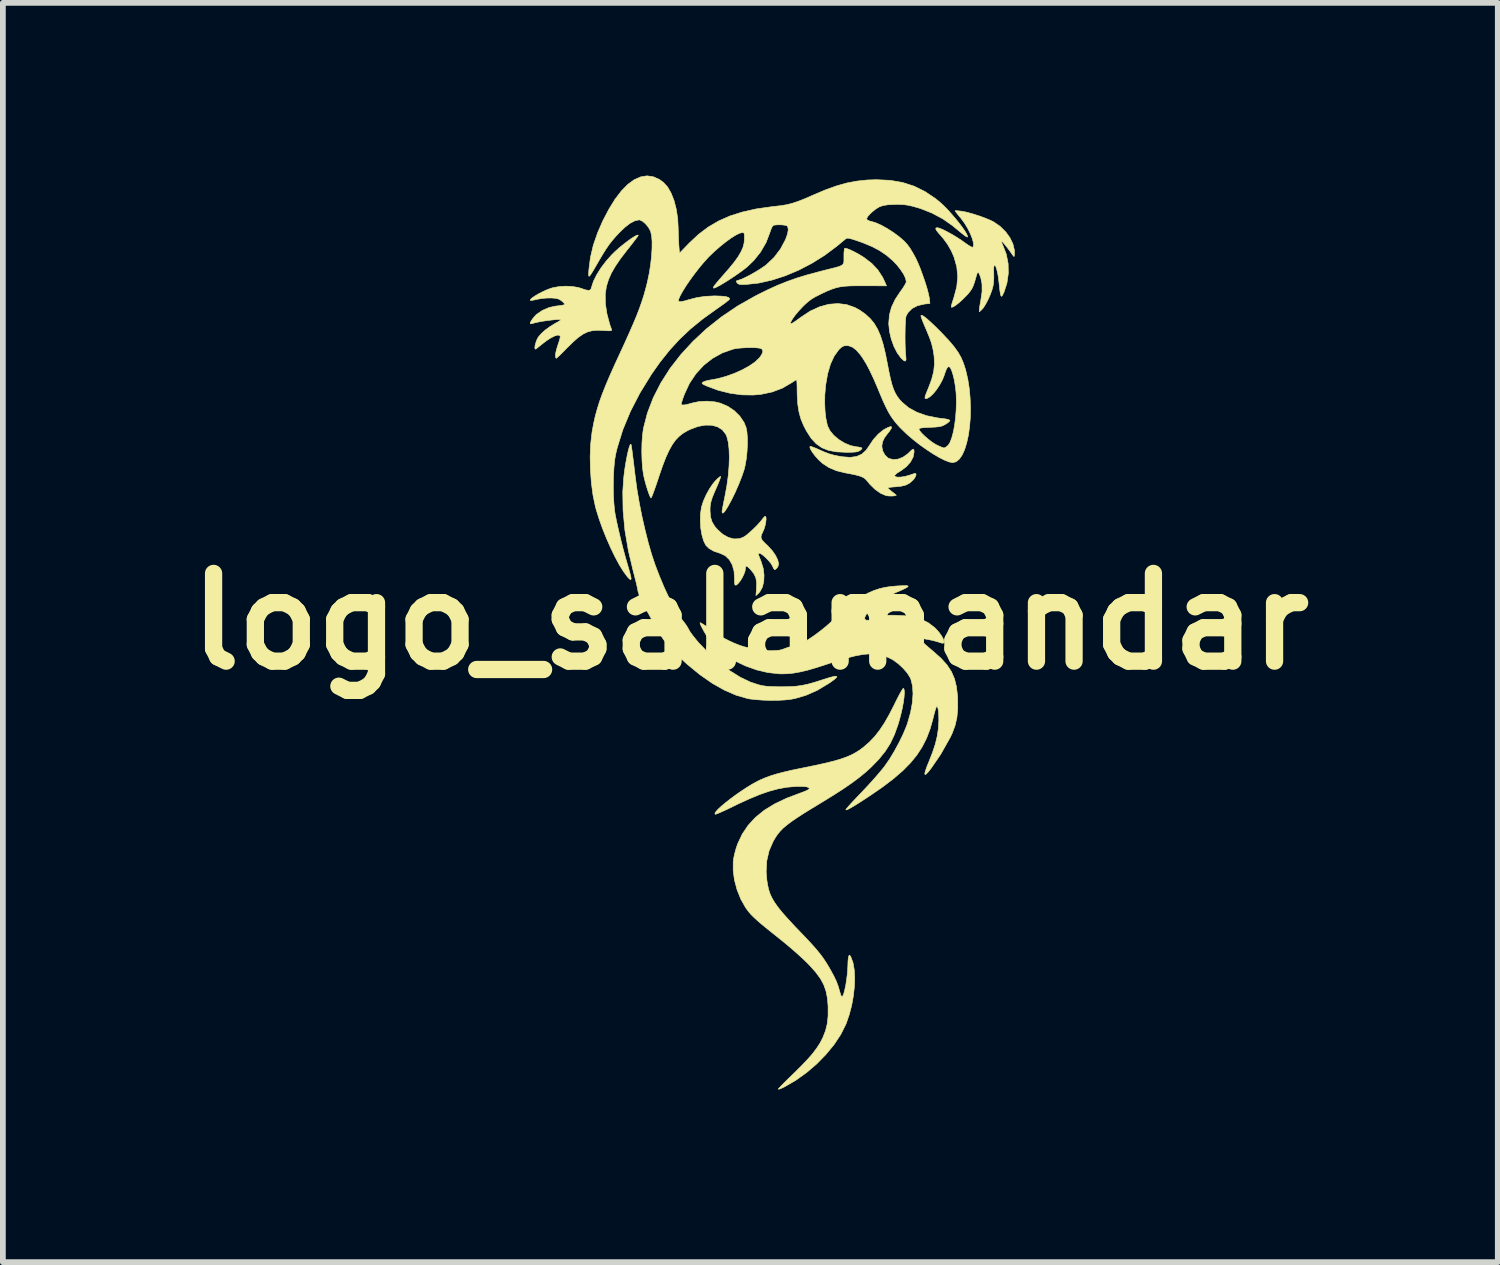
<source format=kicad_pcb>
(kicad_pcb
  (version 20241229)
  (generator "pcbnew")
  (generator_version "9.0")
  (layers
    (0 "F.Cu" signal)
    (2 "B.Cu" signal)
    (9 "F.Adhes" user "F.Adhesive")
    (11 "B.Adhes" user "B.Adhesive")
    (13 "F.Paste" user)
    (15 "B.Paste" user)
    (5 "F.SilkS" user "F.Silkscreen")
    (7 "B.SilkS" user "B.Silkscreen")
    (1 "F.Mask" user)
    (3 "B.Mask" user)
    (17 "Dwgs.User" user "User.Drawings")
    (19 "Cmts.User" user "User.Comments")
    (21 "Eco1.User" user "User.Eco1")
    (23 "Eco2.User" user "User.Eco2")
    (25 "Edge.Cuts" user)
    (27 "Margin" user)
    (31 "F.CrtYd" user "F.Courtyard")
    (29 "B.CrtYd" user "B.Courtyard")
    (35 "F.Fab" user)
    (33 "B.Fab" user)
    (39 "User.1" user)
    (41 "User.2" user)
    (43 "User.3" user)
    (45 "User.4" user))
  (footprint "logo_salamandar"
    (layer "F.Cu")
    (at 9.986 7.747)
    (property "Reference" "logo_salamandar" (at 0 0 0) (layer "F.SilkS") (effects (font (size 1.524 1.524) (thickness 0.3))))
    (attr through_hole)
    (fp_poly (pts (xy 2.455 -3.378) (xy 2.446 -3.348) (xy 2.411 -3.296) (xy 2.388 -3.269) (xy 2.333 -3.196) (xy 2.301 -3.132) (xy 2.287 -3.067) (xy 2.286 -3.032) (xy 2.3 -2.963) (xy 2.336 -2.895) (xy 2.387 -2.844) (xy 2.405 -2.833) (xy 2.48 -2.813) (xy 2.565 -2.82) (xy 2.651 -2.853) (xy 2.732 -2.91) (xy 2.759 -2.936) (xy 2.802 -2.978) (xy 2.828 -2.994) (xy 2.841 -2.984) (xy 2.845 -2.948) (xy 2.845 -2.946) (xy 2.829 -2.858) (xy 2.783 -2.771) (xy 2.711 -2.69) (xy 2.617 -2.619) (xy 2.599 -2.609) (xy 2.55 -2.578) (xy 2.517 -2.549) (xy 2.506 -2.531) (xy 2.521 -2.514) (xy 2.561 -2.507) (xy 2.619 -2.509) (xy 2.686 -2.519) (xy 2.756 -2.539) (xy 2.76 -2.54) (xy 2.813 -2.558) (xy 2.852 -2.57) (xy 2.866 -2.573) (xy 2.879 -2.562) (xy 2.875 -2.533) (xy 2.856 -2.494) (xy 2.83 -2.461) (xy 2.771 -2.407) (xy 2.705 -2.371) (xy 2.622 -2.35) (xy 2.527 -2.34) (xy 2.463 -2.335) (xy 2.415 -2.329) (xy 2.389 -2.323) (xy 2.388 -2.321) (xy 2.4 -2.305) (xy 2.432 -2.277) (xy 2.464 -2.252) (xy 2.504 -2.221) (xy 2.53 -2.199) (xy 2.536 -2.192) (xy 2.507 -2.183) (xy 2.46 -2.179) (xy 2.406 -2.18) (xy 2.361 -2.186) (xy 2.356 -2.187) (xy 2.262 -2.228) (xy 2.166 -2.296) (xy 2.075 -2.385) (xy 2.036 -2.433) (xy 2.008 -2.466) (xy 1.977 -2.492) (xy 1.937 -2.513) (xy 1.884 -2.532) (xy 1.811 -2.55) (xy 1.713 -2.57) (xy 1.651 -2.581) (xy 1.496 -2.619) (xy 1.367 -2.673) (xy 1.256 -2.745) (xy 1.188 -2.807) (xy 1.131 -2.87) (xy 1.085 -2.93) (xy 1.051 -2.983) (xy 1.035 -3.022) (xy 1.037 -3.041) (xy 1.056 -3.039) (xy 1.098 -3.025) (xy 1.157 -3.001) (xy 1.197 -2.983) (xy 1.293 -2.941) (xy 1.374 -2.911) (xy 1.452 -2.889) (xy 1.541 -2.871) (xy 1.604 -2.861) (xy 1.735 -2.851) (xy 1.845 -2.866) (xy 1.937 -2.907) (xy 2.012 -2.975) (xy 2.061 -3.046) (xy 2.137 -3.16) (xy 2.223 -3.256) (xy 2.311 -3.327) (xy 2.327 -3.337) (xy 2.395 -3.372) (xy 2.438 -3.386) (xy 2.455 -3.378)) (stroke (width 0.01) (type solid)) (fill yes) (layer "F.SilkS"))
    (fp_poly (pts (xy -2.074 -3.079) (xy -2.07 -3.064) (xy -2.063 -3.022) (xy -2.053 -2.954) (xy -2.041 -2.857) (xy -2.025 -2.73) (xy -2.006 -2.571) (xy -1.996 -2.489) (xy -1.967 -2.278) (xy -1.928 -2.052) (xy -1.882 -1.82) (xy -1.829 -1.589) (xy -1.773 -1.367) (xy -1.714 -1.162) (xy -1.654 -0.983) (xy -1.652 -0.977) (xy -1.578 -0.785) (xy -1.501 -0.601) (xy -1.423 -0.432) (xy -1.345 -0.28) (xy -1.27 -0.151) (xy -1.2 -0.048) (xy -1.169 -0.009) (xy -1.125 0.048) (xy -1.086 0.109) (xy -1.07 0.14) (xy -1.046 0.181) (xy -1.005 0.238) (xy -0.952 0.305) (xy -0.895 0.373) (xy -0.718 0.557) (xy -0.537 0.719) (xy -0.355 0.857) (xy -0.175 0.969) (xy 0.00022 1.053) (xy 0.146 1.101) (xy 0.212 1.116) (xy 0.281 1.126) (xy 0.363 1.131) (xy 0.465 1.134) (xy 0.537 1.135) (xy 0.673 1.133) (xy 0.788 1.126) (xy 0.893 1.112) (xy 0.998 1.09) (xy 1.113 1.058) (xy 1.244 1.016) (xy 1.355 0.981) (xy 1.435 0.959) (xy 1.484 0.951) (xy 1.503 0.957) (xy 1.493 0.977) (xy 1.453 1.012) (xy 1.384 1.062) (xy 1.358 1.079) (xy 1.163 1.196) (xy 0.971 1.281) (xy 0.779 1.338) (xy 0.694 1.354) (xy 0.597 1.364) (xy 0.478 1.37) (xy 0.348 1.371) (xy 0.217 1.367) (xy 0.094 1.358) (xy -0.011 1.346) (xy -0.051 1.338) (xy -0.248 1.281) (xy -0.453 1.192) (xy -0.663 1.073) (xy -0.877 0.924) (xy -1.093 0.747) (xy -1.208 0.643) (xy -1.37 0.479) (xy -1.503 0.321) (xy -1.608 0.168) (xy -1.672 0.051) (xy -1.709 -0.024) (xy -1.746 -0.093) (xy -1.776 -0.148) (xy -1.789 -0.169) (xy -1.82 -0.226) (xy -1.849 -0.289) (xy -1.853 -0.3) (xy -1.877 -0.357) (xy -1.905 -0.409) (xy -1.911 -0.418) (xy -1.934 -0.466) (xy -1.952 -0.525) (xy -1.955 -0.542) (xy -1.963 -0.586) (xy -1.978 -0.654) (xy -1.999 -0.738) (xy -2.023 -0.831) (xy -2.032 -0.864) (xy -2.119 -1.23) (xy -2.179 -1.584) (xy -2.211 -1.926) (xy -2.216 -2.252) (xy -2.2 -2.492) (xy -2.188 -2.596) (xy -2.173 -2.701) (xy -2.155 -2.803) (xy -2.137 -2.896) (xy -2.119 -2.974) (xy -2.102 -3.035) (xy -2.087 -3.071) (xy -2.075 -3.08) (xy -2.074 -3.079)) (stroke (width 0.01) (type solid)) (fill yes) (layer "F.SilkS"))
    (fp_poly (pts (xy -0.516 -2.52) (xy -0.519 -2.501) (xy -0.533 -2.459) (xy -0.557 -2.399) (xy -0.581 -2.343) (xy -0.626 -2.24) (xy -0.659 -2.16) (xy -0.68 -2.095) (xy -0.693 -2.04) (xy -0.699 -1.985) (xy -0.7 -1.925) (xy -0.7 -1.922) (xy -0.692 -1.817) (xy -0.666 -1.732) (xy -0.619 -1.653) (xy -0.574 -1.6) (xy -0.48 -1.515) (xy -0.382 -1.46) (xy -0.284 -1.434) (xy -0.19 -1.438) (xy -0.123 -1.463) (xy -0.076 -1.493) (xy -0.016 -1.543) (xy 0.05 -1.603) (xy 0.115 -1.667) (xy 0.17 -1.728) (xy 0.195 -1.759) (xy 0.226 -1.799) (xy 0.25 -1.824) (xy 0.258 -1.828) (xy 0.271 -1.814) (xy 0.274 -1.776) (xy 0.268 -1.722) (xy 0.255 -1.661) (xy 0.236 -1.6) (xy 0.221 -1.566) (xy 0.197 -1.515) (xy 0.186 -1.476) (xy 0.189 -1.443) (xy 0.21 -1.407) (xy 0.251 -1.363) (xy 0.314 -1.303) (xy 0.315 -1.301) (xy 0.383 -1.227) (xy 0.438 -1.147) (xy 0.476 -1.069) (xy 0.491 -1.001) (xy 0.491 -0.997) (xy 0.479 -0.953) (xy 0.457 -0.923) (xy 0.435 -0.904) (xy 0.42 -0.901) (xy 0.405 -0.92) (xy 0.384 -0.964) (xy 0.381 -0.97) (xy 0.355 -1.012) (xy 0.314 -1.061) (xy 0.266 -1.11) (xy 0.219 -1.151) (xy 0.179 -1.179) (xy 0.159 -1.185) (xy 0.145 -1.185) (xy 0.139 -1.18) (xy 0.141 -1.163) (xy 0.152 -1.13) (xy 0.174 -1.074) (xy 0.186 -1.044) (xy 0.223 -0.925) (xy 0.238 -0.806) (xy 0.233 -0.694) (xy 0.209 -0.595) (xy 0.165 -0.515) (xy 0.135 -0.483) (xy 0.097 -0.449) (xy 0.107 -0.567) (xy 0.11 -0.673) (xy 0.096 -0.757) (xy 0.062 -0.83) (xy 0.013 -0.891) (xy -0.033 -0.939) (xy -0.063 -0.96) (xy -0.079 -0.957) (xy -0.085 -0.929) (xy -0.085 -0.919) (xy -0.093 -0.871) (xy -0.114 -0.815) (xy -0.143 -0.756) (xy -0.177 -0.702) (xy -0.212 -0.659) (xy -0.242 -0.633) (xy -0.264 -0.632) (xy -0.266 -0.633) (xy -0.272 -0.655) (xy -0.275 -0.7) (xy -0.275 -0.75) (xy -0.283 -0.875) (xy -0.314 -0.984) (xy -0.365 -1.074) (xy -0.435 -1.142) (xy -0.52 -1.182) (xy -0.528 -1.185) (xy -0.632 -1.22) (xy -0.716 -1.267) (xy -0.773 -1.324) (xy -0.774 -1.325) (xy -0.812 -1.402) (xy -0.841 -1.503) (xy -0.861 -1.62) (xy -0.869 -1.744) (xy -0.866 -1.867) (xy -0.85 -1.979) (xy -0.848 -1.99) (xy -0.816 -2.09) (xy -0.767 -2.2) (xy -0.707 -2.308) (xy -0.644 -2.4) (xy -0.611 -2.439) (xy -0.569 -2.481) (xy -0.535 -2.51) (xy -0.517 -2.52) (xy -0.516 -2.52)) (stroke (width 0.01) (type solid)) (fill yes) (layer "F.SilkS"))
    (fp_poly (pts (xy 3.62 -7.133) (xy 3.673 -7.127) (xy 3.76 -7.11) (xy 3.865 -7.081) (xy 3.978 -7.045) (xy 4.087 -7.005) (xy 4.181 -6.965) (xy 4.232 -6.939) (xy 4.341 -6.863) (xy 4.435 -6.77) (xy 4.51 -6.667) (xy 4.562 -6.559) (xy 4.587 -6.453) (xy 4.588 -6.419) (xy 4.587 -6.366) (xy 4.584 -6.342) (xy 4.576 -6.343) (xy 4.56 -6.364) (xy 4.558 -6.366) (xy 4.508 -6.437) (xy 4.46 -6.501) (xy 4.417 -6.554) (xy 4.385 -6.59) (xy 4.367 -6.604) (xy 4.367 -6.604) (xy 4.365 -6.591) (xy 4.376 -6.557) (xy 4.388 -6.532) (xy 4.447 -6.38) (xy 4.479 -6.216) (xy 4.482 -6.046) (xy 4.458 -5.878) (xy 4.406 -5.719) (xy 4.402 -5.711) (xy 4.38 -5.666) (xy 4.367 -5.648) (xy 4.357 -5.654) (xy 4.351 -5.667) (xy 4.343 -5.701) (xy 4.334 -5.758) (xy 4.327 -5.824) (xy 4.327 -5.828) (xy 4.318 -5.906) (xy 4.308 -5.987) (xy 4.298 -6.045) (xy 4.279 -6.126) (xy 4.261 -6.175) (xy 4.245 -6.191) (xy 4.233 -6.176) (xy 4.227 -6.128) (xy 4.229 -6.048) (xy 4.229 -6.048) (xy 4.23 -5.969) (xy 4.225 -5.884) (xy 4.218 -5.834) (xy 4.199 -5.762) (xy 4.168 -5.678) (xy 4.13 -5.592) (xy 4.088 -5.512) (xy 4.048 -5.449) (xy 4.023 -5.42) (xy 3.979 -5.379) (xy 3.979 -5.42) (xy 3.983 -5.457) (xy 3.992 -5.515) (xy 4.004 -5.58) (xy 4.026 -5.729) (xy 4.025 -5.863) (xy 4.003 -5.973) (xy 3.98 -6.034) (xy 3.963 -6.063) (xy 3.948 -6.062) (xy 3.934 -6.031) (xy 3.928 -6.009) (xy 3.901 -5.915) (xy 3.878 -5.845) (xy 3.855 -5.792) (xy 3.826 -5.746) (xy 3.789 -5.699) (xy 3.745 -5.652) (xy 3.679 -5.586) (xy 3.616 -5.53) (xy 3.561 -5.488) (xy 3.519 -5.463) (xy 3.494 -5.459) (xy 3.492 -5.46) (xy 3.492 -5.48) (xy 3.503 -5.524) (xy 3.522 -5.584) (xy 3.537 -5.63) (xy 3.586 -5.812) (xy 3.603 -5.987) (xy 3.587 -6.159) (xy 3.539 -6.331) (xy 3.489 -6.444) (xy 3.426 -6.553) (xy 3.349 -6.658) (xy 3.32 -6.692) (xy 3.264 -6.755) (xy 3.231 -6.799) (xy 3.22 -6.825) (xy 3.23 -6.838) (xy 3.25 -6.841) (xy 3.287 -6.832) (xy 3.346 -6.808) (xy 3.419 -6.771) (xy 3.501 -6.726) (xy 3.584 -6.676) (xy 3.663 -6.625) (xy 3.716 -6.587) (xy 3.78 -6.542) (xy 3.83 -6.512) (xy 3.86 -6.5) (xy 3.867 -6.502) (xy 3.879 -6.536) (xy 3.873 -6.592) (xy 3.852 -6.664) (xy 3.818 -6.747) (xy 3.774 -6.834) (xy 3.721 -6.921) (xy 3.662 -7.001) (xy 3.65 -7.016) (xy 3.607 -7.067) (xy 3.576 -7.108) (xy 3.559 -7.132) (xy 3.558 -7.136) (xy 3.577 -7.137) (xy 3.62 -7.133)) (stroke (width 0.01) (type solid)) (fill yes) (layer "F.SilkS"))
    (fp_poly (pts (xy -1.947 -6.708) (xy -1.957 -6.691) (xy -1.986 -6.652) (xy -2.029 -6.595) (xy -2.083 -6.525) (xy -2.143 -6.45) (xy -2.256 -6.303) (xy -2.345 -6.172) (xy -2.414 -6.053) (xy -2.464 -5.939) (xy -2.499 -5.826) (xy -2.5 -5.825) (xy -2.521 -5.681) (xy -2.518 -5.518) (xy -2.491 -5.343) (xy -2.442 -5.159) (xy -2.409 -5.067) (xy -2.41 -5.057) (xy -2.426 -5.051) (xy -2.463 -5.05) (xy -2.527 -5.053) (xy -2.563 -5.056) (xy -2.663 -5.059) (xy -2.749 -5.051) (xy -2.829 -5.03) (xy -2.907 -4.992) (xy -2.988 -4.936) (xy -3.078 -4.857) (xy -3.182 -4.755) (xy -3.198 -4.739) (xy -3.258 -4.678) (xy -3.309 -4.627) (xy -3.349 -4.591) (xy -3.371 -4.573) (xy -3.373 -4.572) (xy -3.382 -4.587) (xy -3.386 -4.623) (xy -3.386 -4.627) (xy -3.38 -4.671) (xy -3.365 -4.733) (xy -3.344 -4.799) (xy -3.344 -4.801) (xy -3.323 -4.863) (xy -3.308 -4.915) (xy -3.302 -4.947) (xy -3.302 -4.949) (xy -3.314 -4.972) (xy -3.348 -4.975) (xy -3.4 -4.96) (xy -3.465 -4.927) (xy -3.54 -4.879) (xy -3.599 -4.834) (xy -3.651 -4.793) (xy -3.695 -4.758) (xy -3.722 -4.736) (xy -3.724 -4.735) (xy -3.739 -4.732) (xy -3.744 -4.754) (xy -3.74 -4.793) (xy -3.727 -4.842) (xy -3.709 -4.893) (xy -3.685 -4.938) (xy -3.682 -4.943) (xy -3.633 -5) (xy -3.562 -5.064) (xy -3.475 -5.127) (xy -3.381 -5.184) (xy -3.353 -5.199) (xy -3.314 -5.222) (xy -3.296 -5.239) (xy -3.299 -5.245) (xy -3.328 -5.247) (xy -3.382 -5.244) (xy -3.453 -5.237) (xy -3.532 -5.227) (xy -3.61 -5.216) (xy -3.68 -5.203) (xy -3.732 -5.191) (xy -3.738 -5.19) (xy -3.785 -5.177) (xy -3.816 -5.171) (xy -3.823 -5.172) (xy -3.822 -5.193) (xy -3.803 -5.229) (xy -3.771 -5.273) (xy -3.733 -5.316) (xy -3.715 -5.334) (xy -3.612 -5.405) (xy -3.493 -5.455) (xy -3.388 -5.478) (xy -3.327 -5.485) (xy -3.275 -5.493) (xy -3.254 -5.497) (xy -3.226 -5.504) (xy -3.226 -5.517) (xy -3.245 -5.54) (xy -3.285 -5.574) (xy -3.322 -5.598) (xy -3.375 -5.613) (xy -3.45 -5.62) (xy -3.54 -5.619) (xy -3.633 -5.61) (xy -3.707 -5.596) (xy -3.763 -5.584) (xy -3.804 -5.577) (xy -3.822 -5.577) (xy -3.819 -5.595) (xy -3.79 -5.622) (xy -3.742 -5.655) (xy -3.679 -5.692) (xy -3.609 -5.728) (xy -3.536 -5.762) (xy -3.466 -5.788) (xy -3.428 -5.799) (xy -3.322 -5.818) (xy -3.205 -5.825) (xy -3.09 -5.819) (xy -2.988 -5.802) (xy -2.946 -5.789) (xy -2.87 -5.763) (xy -2.819 -5.752) (xy -2.787 -5.757) (xy -2.767 -5.779) (xy -2.757 -5.813) (xy -2.725 -5.911) (xy -2.67 -6.022) (xy -2.597 -6.139) (xy -2.508 -6.257) (xy -2.41 -6.368) (xy -2.35 -6.427) (xy -2.278 -6.491) (xy -2.204 -6.552) (xy -2.131 -6.608) (xy -2.065 -6.655) (xy -2.01 -6.69) (xy -1.97 -6.71) (xy -1.949 -6.713) (xy -1.947 -6.708)) (stroke (width 0.01) (type solid)) (fill yes) (layer "F.SilkS"))
    (fp_poly (pts (xy 2.673 1.187) (xy 2.676 1.241) (xy 2.671 1.317) (xy 2.658 1.411) (xy 2.638 1.517) (xy 2.611 1.632) (xy 2.579 1.749) (xy 2.565 1.795) (xy 2.503 1.967) (xy 2.431 2.119) (xy 2.343 2.257) (xy 2.235 2.391) (xy 2.101 2.529) (xy 2.098 2.532) (xy 1.999 2.622) (xy 1.889 2.712) (xy 1.764 2.805) (xy 1.621 2.904) (xy 1.455 3.011) (xy 1.263 3.129) (xy 1.226 3.152) (xy 1.061 3.252) (xy 0.922 3.338) (xy 0.806 3.413) (xy 0.711 3.478) (xy 0.634 3.537) (xy 0.57 3.591) (xy 0.518 3.644) (xy 0.474 3.697) (xy 0.436 3.754) (xy 0.399 3.816) (xy 0.398 3.818) (xy 0.326 3.983) (xy 0.285 4.16) (xy 0.275 4.35) (xy 0.287 4.494) (xy 0.301 4.581) (xy 0.319 4.661) (xy 0.344 4.736) (xy 0.379 4.81) (xy 0.425 4.887) (xy 0.484 4.97) (xy 0.56 5.063) (xy 0.654 5.169) (xy 0.769 5.293) (xy 0.865 5.393) (xy 0.977 5.51) (xy 1.068 5.608) (xy 1.143 5.693) (xy 1.205 5.768) (xy 1.258 5.838) (xy 1.306 5.909) (xy 1.353 5.985) (xy 1.397 6.061) (xy 1.452 6.163) (xy 1.493 6.249) (xy 1.525 6.333) (xy 1.552 6.426) (xy 1.558 6.447) (xy 1.572 6.491) (xy 1.587 6.517) (xy 1.592 6.519) (xy 1.608 6.503) (xy 1.625 6.46) (xy 1.642 6.394) (xy 1.659 6.312) (xy 1.673 6.22) (xy 1.685 6.124) (xy 1.692 6.03) (xy 1.695 5.964) (xy 1.697 5.9) (xy 1.703 5.846) (xy 1.709 5.817) (xy 1.719 5.797) (xy 1.73 5.802) (xy 1.749 5.834) (xy 1.749 5.835) (xy 1.784 5.93) (xy 1.805 6.051) (xy 1.813 6.191) (xy 1.808 6.344) (xy 1.79 6.505) (xy 1.761 6.669) (xy 1.719 6.829) (xy 1.667 6.98) (xy 1.658 7.002) (xy 1.571 7.176) (xy 1.455 7.351) (xy 1.314 7.522) (xy 1.154 7.686) (xy 0.978 7.837) (xy 0.792 7.97) (xy 0.6 8.082) (xy 0.588 8.088) (xy 0.535 8.113) (xy 0.499 8.126) (xy 0.485 8.125) (xy 0.485 8.123) (xy 0.501 8.104) (xy 0.538 8.066) (xy 0.591 8.012) (xy 0.658 7.946) (xy 0.733 7.873) (xy 0.756 7.851) (xy 0.887 7.721) (xy 0.995 7.608) (xy 1.083 7.507) (xy 1.153 7.414) (xy 1.21 7.326) (xy 1.256 7.238) (xy 1.26 7.23) (xy 1.307 7.11) (xy 1.337 6.988) (xy 1.351 6.854) (xy 1.351 6.699) (xy 1.351 6.683) (xy 1.339 6.544) (xy 1.315 6.423) (xy 1.276 6.312) (xy 1.218 6.205) (xy 1.138 6.096) (xy 1.034 5.979) (xy 0.982 5.926) (xy 0.912 5.859) (xy 0.823 5.777) (xy 0.722 5.689) (xy 0.617 5.6) (xy 0.515 5.517) (xy 0.508 5.512) (xy 0.377 5.407) (xy 0.27 5.321) (xy 0.183 5.249) (xy 0.114 5.189) (xy 0.059 5.138) (xy 0.014 5.094) (xy -0.022 5.052) (xy -0.054 5.011) (xy -0.083 4.97) (xy -0.166 4.823) (xy -0.231 4.66) (xy -0.276 4.492) (xy -0.298 4.324) (xy -0.297 4.167) (xy -0.291 4.123) (xy -0.274 4.041) (xy -0.249 3.949) (xy -0.221 3.865) (xy -0.221 3.865) (xy -0.141 3.695) (xy -0.038 3.542) (xy 0.088 3.405) (xy 0.241 3.281) (xy 0.422 3.17) (xy 0.632 3.07) (xy 0.825 2.997) (xy 0.896 2.971) (xy 0.957 2.947) (xy 0.999 2.927) (xy 1.011 2.92) (xy 1.026 2.899) (xy 1.01 2.883) (xy 0.966 2.871) (xy 0.897 2.866) (xy 0.805 2.866) (xy 0.77 2.868) (xy 0.628 2.881) (xy 0.482 2.908) (xy 0.329 2.949) (xy 0.164 3.006) (xy -0.017 3.081) (xy -0.219 3.174) (xy -0.307 3.217) (xy -0.398 3.261) (xy -0.478 3.298) (xy -0.544 3.327) (xy -0.589 3.345) (xy -0.609 3.35) (xy -0.616 3.335) (xy -0.598 3.304) (xy -0.558 3.26) (xy -0.5 3.207) (xy -0.427 3.146) (xy -0.344 3.081) (xy -0.252 3.013) (xy -0.157 2.947) (xy -0.061 2.884) (xy 0.032 2.827) (xy 0.118 2.78) (xy 0.161 2.758) (xy 0.251 2.719) (xy 0.348 2.683) (xy 0.458 2.649) (xy 0.584 2.616) (xy 0.734 2.581) (xy 0.911 2.545) (xy 0.936 2.54) (xy 1.134 2.499) (xy 1.302 2.462) (xy 1.444 2.427) (xy 1.565 2.392) (xy 1.667 2.356) (xy 1.756 2.318) (xy 1.834 2.276) (xy 1.906 2.23) (xy 1.968 2.183) (xy 2.067 2.097) (xy 2.159 2.001) (xy 2.245 1.891) (xy 2.33 1.764) (xy 2.416 1.613) (xy 2.507 1.435) (xy 2.518 1.412) (xy 2.56 1.327) (xy 2.598 1.255) (xy 2.629 1.201) (xy 2.651 1.168) (xy 2.66 1.161) (xy 2.673 1.187)) (stroke (width 0.01) (type solid)) (fill yes) (layer "F.SilkS"))
    (fp_poly (pts (xy 2.72 -0.621) (xy 2.742 -0.615) (xy 2.735 -0.601) (xy 2.699 -0.579) (xy 2.631 -0.547) (xy 2.536 -0.506) (xy 2.399 -0.444) (xy 2.296 -0.386) (xy 2.225 -0.332) (xy 2.189 -0.285) (xy 2.157 -0.247) (xy 2.118 -0.223) (xy 2.08 -0.199) (xy 2.041 -0.159) (xy 2.008 -0.113) (xy 1.988 -0.07) (xy 1.987 -0.043) (xy 2.012 -0.021) (xy 2.062 -0.022) (xy 2.136 -0.045) (xy 2.178 -0.064) (xy 2.221 -0.083) (xy 2.259 -0.096) (xy 2.3 -0.104) (xy 2.353 -0.107) (xy 2.424 -0.108) (xy 2.498 -0.108) (xy 2.683 -0.099) (xy 2.841 -0.075) (xy 2.976 -0.035) (xy 3.093 0.024) (xy 3.195 0.101) (xy 3.219 0.123) (xy 3.275 0.185) (xy 3.321 0.248) (xy 3.352 0.305) (xy 3.365 0.35) (xy 3.363 0.365) (xy 3.352 0.378) (xy 3.329 0.377) (xy 3.284 0.363) (xy 3.282 0.362) (xy 3.226 0.345) (xy 3.159 0.328) (xy 3.09 0.314) (xy 3.028 0.303) (xy 2.981 0.298) (xy 2.959 0.299) (xy 2.954 0.309) (xy 2.964 0.328) (xy 2.991 0.357) (xy 3.037 0.399) (xy 3.105 0.458) (xy 3.181 0.522) (xy 3.313 0.64) (xy 3.416 0.754) (xy 3.493 0.871) (xy 3.547 0.996) (xy 3.581 1.136) (xy 3.6 1.296) (xy 3.602 1.346) (xy 3.603 1.518) (xy 3.589 1.668) (xy 3.558 1.805) (xy 3.508 1.94) (xy 3.472 2.016) (xy 3.306 2.31) (xy 3.146 2.544) (xy 3.093 2.612) (xy 3.056 2.651) (xy 3.036 2.66) (xy 3.031 2.639) (xy 3.044 2.589) (xy 3.072 2.51) (xy 3.097 2.45) (xy 3.164 2.28) (xy 3.214 2.13) (xy 3.247 1.993) (xy 3.267 1.86) (xy 3.275 1.724) (xy 3.275 1.719) (xy 3.273 1.619) (xy 3.267 1.543) (xy 3.255 1.493) (xy 3.24 1.473) (xy 3.238 1.473) (xy 3.23 1.489) (xy 3.215 1.531) (xy 3.197 1.595) (xy 3.177 1.673) (xy 3.172 1.695) (xy 3.123 1.868) (xy 3.062 2.028) (xy 2.986 2.178) (xy 2.894 2.32) (xy 2.782 2.457) (xy 2.648 2.593) (xy 2.489 2.73) (xy 2.304 2.871) (xy 2.09 3.019) (xy 2.04 3.052) (xy 1.919 3.131) (xy 1.824 3.191) (xy 1.752 3.234) (xy 1.702 3.261) (xy 1.672 3.274) (xy 1.66 3.272) (xy 1.659 3.27) (xy 1.671 3.253) (xy 1.703 3.215) (xy 1.751 3.161) (xy 1.814 3.094) (xy 1.887 3.017) (xy 1.931 2.971) (xy 2.02 2.877) (xy 2.11 2.779) (xy 2.196 2.682) (xy 2.27 2.594) (xy 2.329 2.522) (xy 2.338 2.509) (xy 2.421 2.389) (xy 2.505 2.249) (xy 2.586 2.1) (xy 2.657 1.953) (xy 2.714 1.816) (xy 2.733 1.761) (xy 2.784 1.581) (xy 2.815 1.412) (xy 2.826 1.257) (xy 2.818 1.121) (xy 2.79 1.006) (xy 2.776 0.974) (xy 2.727 0.896) (xy 2.655 0.813) (xy 2.57 0.734) (xy 2.481 0.669) (xy 2.445 0.649) (xy 2.358 0.609) (xy 2.269 0.581) (xy 2.176 0.565) (xy 2.073 0.563) (xy 1.958 0.573) (xy 1.826 0.597) (xy 1.675 0.635) (xy 1.499 0.687) (xy 1.326 0.744) (xy 1.15 0.801) (xy 1 0.845) (xy 0.869 0.876) (xy 0.753 0.897) (xy 0.645 0.908) (xy 0.541 0.911) (xy 0.491 0.909) (xy 0.302 0.887) (xy 0.111 0.842) (xy -0.078 0.775) (xy -0.257 0.691) (xy -0.421 0.592) (xy -0.565 0.481) (xy -0.681 0.36) (xy -0.693 0.345) (xy -0.728 0.296) (xy -0.767 0.236) (xy -0.805 0.172) (xy -0.837 0.112) (xy -0.862 0.062) (xy -0.873 0.029) (xy -0.873 0.021) (xy -0.857 0.027) (xy -0.82 0.049) (xy -0.769 0.082) (xy -0.736 0.104) (xy -0.667 0.152) (xy -0.598 0.2) (xy -0.541 0.24) (xy -0.527 0.249) (xy -0.458 0.291) (xy -0.372 0.335) (xy -0.278 0.378) (xy -0.187 0.414) (xy -0.108 0.44) (xy -0.057 0.451) (xy 0.003 0.463) (xy 0.056 0.478) (xy 0.071 0.485) (xy 0.117 0.498) (xy 0.195 0.505) (xy 0.306 0.508) (xy 0.313 0.508) (xy 0.404 0.507) (xy 0.47 0.503) (xy 0.521 0.496) (xy 0.567 0.482) (xy 0.607 0.467) (xy 0.666 0.446) (xy 0.716 0.435) (xy 0.742 0.435) (xy 0.781 0.431) (xy 0.842 0.408) (xy 0.919 0.367) (xy 1.009 0.313) (xy 1.107 0.247) (xy 1.208 0.172) (xy 1.309 0.091) (xy 1.386 0.024) (xy 1.443 -0.031) (xy 1.506 -0.099) (xy 1.564 -0.166) (xy 1.567 -0.171) (xy 1.626 -0.238) (xy 1.685 -0.29) (xy 1.758 -0.339) (xy 1.798 -0.362) (xy 1.935 -0.437) (xy 2.05 -0.495) (xy 2.15 -0.539) (xy 2.244 -0.57) (xy 2.338 -0.592) (xy 2.438 -0.607) (xy 2.553 -0.617) (xy 2.591 -0.619) (xy 2.669 -0.622) (xy 2.72 -0.621)) (stroke (width 0.01) (type solid)) (fill yes) (layer "F.SilkS"))
    (fp_poly (pts (xy -1.685 -7.726) (xy -1.578 -7.678) (xy -1.508 -7.626) (xy -1.437 -7.548) (xy -1.376 -7.441) (xy -1.325 -7.311) (xy -1.287 -7.162) (xy -1.262 -6.999) (xy -1.253 -6.827) (xy -1.253 -6.816) (xy -1.251 -6.727) (xy -1.247 -6.628) (xy -1.242 -6.539) (xy -1.231 -6.398) (xy -1.06 -6.575) (xy -0.901 -6.724) (xy -0.733 -6.851) (xy -0.551 -6.958) (xy -0.354 -7.045) (xy -0.136 -7.114) (xy 0.105 -7.168) (xy 0.373 -7.206) (xy 0.445 -7.214) (xy 0.548 -7.226) (xy 0.643 -7.243) (xy 0.735 -7.267) (xy 0.834 -7.3) (xy 0.946 -7.344) (xy 1.08 -7.403) (xy 1.092 -7.408) (xy 1.304 -7.498) (xy 1.496 -7.567) (xy 1.677 -7.618) (xy 1.854 -7.651) (xy 2.033 -7.67) (xy 2.193 -7.675) (xy 2.428 -7.664) (xy 2.644 -7.627) (xy 2.844 -7.563) (xy 3.033 -7.47) (xy 3.215 -7.348) (xy 3.287 -7.29) (xy 3.35 -7.233) (xy 3.419 -7.164) (xy 3.489 -7.086) (xy 3.559 -7.005) (xy 3.624 -6.925) (xy 3.682 -6.849) (xy 3.728 -6.782) (xy 3.76 -6.728) (xy 3.774 -6.691) (xy 3.772 -6.678) (xy 3.756 -6.684) (xy 3.721 -6.707) (xy 3.676 -6.742) (xy 3.675 -6.743) (xy 3.613 -6.794) (xy 3.547 -6.848) (xy 3.508 -6.88) (xy 3.344 -6.995) (xy 3.156 -7.095) (xy 2.954 -7.175) (xy 2.819 -7.214) (xy 2.732 -7.233) (xy 2.652 -7.243) (xy 2.564 -7.246) (xy 2.492 -7.245) (xy 2.387 -7.239) (xy 2.306 -7.226) (xy 2.24 -7.203) (xy 2.178 -7.165) (xy 2.112 -7.111) (xy 2.095 -7.095) (xy 2.044 -7.042) (xy 2.022 -7.004) (xy 2.029 -6.977) (xy 2.066 -6.959) (xy 2.094 -6.952) (xy 2.176 -6.928) (xy 2.275 -6.884) (xy 2.381 -6.825) (xy 2.488 -6.756) (xy 2.588 -6.682) (xy 2.673 -6.608) (xy 2.731 -6.544) (xy 2.773 -6.486) (xy 2.82 -6.409) (xy 2.864 -6.33) (xy 2.877 -6.305) (xy 2.915 -6.222) (xy 2.956 -6.122) (xy 2.996 -6.011) (xy 3.035 -5.899) (xy 3.068 -5.793) (xy 3.093 -5.699) (xy 3.108 -5.627) (xy 3.111 -5.612) (xy 3.12 -5.525) (xy 3.023 -5.514) (xy 2.906 -5.487) (xy 2.811 -5.438) (xy 2.74 -5.367) (xy 2.707 -5.309) (xy 2.7 -5.275) (xy 2.695 -5.214) (xy 2.691 -5.133) (xy 2.689 -5.038) (xy 2.688 -4.936) (xy 2.689 -4.833) (xy 2.692 -4.738) (xy 2.697 -4.655) (xy 2.702 -4.602) (xy 2.705 -4.547) (xy 2.695 -4.524) (xy 2.671 -4.529) (xy 2.631 -4.564) (xy 2.618 -4.577) (xy 2.553 -4.665) (xy 2.495 -4.778) (xy 2.449 -4.905) (xy 2.418 -5.037) (xy 2.405 -5.166) (xy 2.405 -5.182) (xy 2.416 -5.323) (xy 2.452 -5.458) (xy 2.515 -5.592) (xy 2.606 -5.731) (xy 2.614 -5.74) (xy 2.656 -5.8) (xy 2.688 -5.853) (xy 2.707 -5.891) (xy 2.709 -5.903) (xy 2.697 -5.961) (xy 2.663 -6.034) (xy 2.61 -6.114) (xy 2.545 -6.196) (xy 2.482 -6.262) (xy 2.369 -6.36) (xy 2.249 -6.442) (xy 2.115 -6.513) (xy 1.958 -6.578) (xy 1.903 -6.598) (xy 1.813 -6.629) (xy 1.75 -6.648) (xy 1.707 -6.658) (xy 1.68 -6.659) (xy 1.663 -6.652) (xy 1.662 -6.651) (xy 1.637 -6.631) (xy 1.594 -6.596) (xy 1.539 -6.55) (xy 1.499 -6.517) (xy 1.293 -6.363) (xy 1.073 -6.225) (xy 0.843 -6.105) (xy 0.608 -6.006) (xy 0.373 -5.93) (xy 0.144 -5.879) (xy -0.074 -5.855) (xy -0.082 -5.855) (xy -0.148 -5.854) (xy -0.19 -5.857) (xy -0.214 -5.867) (xy -0.231 -5.884) (xy -0.245 -5.909) (xy -0.235 -5.921) (xy -0.208 -5.928) (xy -0.156 -5.945) (xy -0.084 -5.978) (xy -0.000295 -6.021) (xy 0.089 -6.072) (xy 0.175 -6.125) (xy 0.25 -6.176) (xy 0.281 -6.2) (xy 0.413 -6.325) (xy 0.525 -6.473) (xy 0.611 -6.634) (xy 0.646 -6.731) (xy 0.659 -6.805) (xy 0.65 -6.857) (xy 0.64 -6.872) (xy 0.613 -6.882) (xy 0.564 -6.889) (xy 0.505 -6.892) (xy 0.448 -6.89) (xy 0.405 -6.884) (xy 0.4 -6.882) (xy 0.381 -6.861) (xy 0.36 -6.815) (xy 0.338 -6.753) (xy 0.337 -6.75) (xy 0.272 -6.581) (xy 0.177 -6.418) (xy 0.058 -6.269) (xy -0.056 -6.16) (xy -0.121 -6.109) (xy -0.198 -6.053) (xy -0.282 -5.995) (xy -0.368 -5.938) (xy -0.451 -5.886) (xy -0.525 -5.842) (xy -0.585 -5.81) (xy -0.625 -5.793) (xy -0.634 -5.791) (xy -0.643 -5.797) (xy -0.637 -5.816) (xy -0.613 -5.85) (xy -0.57 -5.902) (xy -0.506 -5.976) (xy -0.48 -6.006) (xy -0.368 -6.134) (xy -0.279 -6.243) (xy -0.211 -6.338) (xy -0.162 -6.422) (xy -0.128 -6.498) (xy -0.109 -6.571) (xy -0.102 -6.646) (xy -0.102 -6.664) (xy -0.103 -6.717) (xy -0.109 -6.745) (xy -0.123 -6.755) (xy -0.141 -6.756) (xy -0.188 -6.745) (xy -0.254 -6.712) (xy -0.335 -6.661) (xy -0.426 -6.595) (xy -0.522 -6.518) (xy -0.62 -6.433) (xy -0.714 -6.343) (xy -0.728 -6.329) (xy -0.803 -6.246) (xy -0.883 -6.151) (xy -0.964 -6.047) (xy -1.041 -5.942) (xy -1.112 -5.839) (xy -1.171 -5.745) (xy -1.217 -5.663) (xy -1.244 -5.601) (xy -1.248 -5.589) (xy -1.248 -5.566) (xy -1.231 -5.555) (xy -1.192 -5.558) (xy -1.127 -5.573) (xy -1.081 -5.587) (xy -0.932 -5.626) (xy -0.788 -5.648) (xy -0.632 -5.656) (xy -0.608 -5.656) (xy -0.499 -5.652) (xy -0.421 -5.643) (xy -0.374 -5.627) (xy -0.359 -5.606) (xy -0.36 -5.601) (xy -0.375 -5.584) (xy -0.414 -5.553) (xy -0.471 -5.51) (xy -0.542 -5.46) (xy -0.589 -5.427) (xy -0.827 -5.256) (xy -1.038 -5.084) (xy -1.227 -4.906) (xy -1.402 -4.715) (xy -1.569 -4.506) (xy -1.719 -4.293) (xy -1.918 -3.97) (xy -2.083 -3.65) (xy -2.215 -3.332) (xy -2.313 -3.016) (xy -2.34 -2.904) (xy -2.358 -2.798) (xy -2.37 -2.667) (xy -2.378 -2.52) (xy -2.381 -2.364) (xy -2.379 -2.208) (xy -2.371 -2.06) (xy -2.359 -1.929) (xy -2.347 -1.854) (xy -2.322 -1.73) (xy -2.289 -1.583) (xy -2.251 -1.423) (xy -2.21 -1.261) (xy -2.168 -1.106) (xy -2.128 -0.968) (xy -2.125 -0.959) (xy -2.096 -0.857) (xy -2.078 -0.786) (xy -2.071 -0.743) (xy -2.077 -0.726) (xy -2.095 -0.734) (xy -2.126 -0.765) (xy -2.142 -0.784) (xy -2.208 -0.874) (xy -2.28 -0.991) (xy -2.354 -1.129) (xy -2.428 -1.282) (xy -2.5 -1.445) (xy -2.567 -1.612) (xy -2.626 -1.777) (xy -2.675 -1.934) (xy -2.692 -1.996) (xy -2.733 -2.192) (xy -2.762 -2.409) (xy -2.778 -2.636) (xy -2.783 -2.864) (xy -2.774 -3.083) (xy -2.751 -3.283) (xy -2.745 -3.319) (xy -2.721 -3.448) (xy -2.693 -3.572) (xy -2.659 -3.694) (xy -2.62 -3.82) (xy -2.572 -3.953) (xy -2.514 -4.099) (xy -2.445 -4.262) (xy -2.363 -4.446) (xy -2.279 -4.628) (xy -2.184 -4.834) (xy -2.103 -5.014) (xy -2.034 -5.172) (xy -1.975 -5.313) (xy -1.926 -5.44) (xy -1.885 -5.557) (xy -1.849 -5.669) (xy -1.818 -5.78) (xy -1.789 -5.894) (xy -1.786 -5.909) (xy -1.755 -6.055) (xy -1.732 -6.203) (xy -1.716 -6.347) (xy -1.708 -6.482) (xy -1.707 -6.602) (xy -1.715 -6.701) (xy -1.732 -6.774) (xy -1.735 -6.783) (xy -1.771 -6.849) (xy -1.819 -6.907) (xy -1.871 -6.952) (xy -1.92 -6.975) (xy -1.934 -6.977) (xy -2.005 -6.962) (xy -2.089 -6.918) (xy -2.181 -6.847) (xy -2.27 -6.762) (xy -2.339 -6.688) (xy -2.398 -6.62) (xy -2.451 -6.552) (xy -2.504 -6.475) (xy -2.562 -6.383) (xy -2.629 -6.27) (xy -2.641 -6.249) (xy -2.7 -6.147) (xy -2.744 -6.073) (xy -2.775 -6.024) (xy -2.795 -6) (xy -2.806 -5.998) (xy -2.809 -6.017) (xy -2.809 -6.054) (xy -2.805 -6.109) (xy -2.805 -6.113) (xy -2.778 -6.324) (xy -2.728 -6.537) (xy -2.652 -6.756) (xy -2.565 -6.956) (xy -2.458 -7.161) (xy -2.35 -7.336) (xy -2.24 -7.48) (xy -2.128 -7.594) (xy -2.017 -7.675) (xy -1.905 -7.724) (xy -1.795 -7.742) (xy -1.685 -7.726)) (stroke (width 0.01) (type solid)) (fill yes) (layer "F.SilkS"))
    (fp_poly (pts (xy 1.681 -6.477) (xy 1.742 -6.453) (xy 1.815 -6.417) (xy 1.894 -6.374) (xy 1.971 -6.326) (xy 1.975 -6.323) (xy 2.109 -6.221) (xy 2.215 -6.108) (xy 2.299 -5.978) (xy 2.332 -5.908) (xy 2.366 -5.831) (xy 1.992 -5.832) (xy 1.849 -5.832) (xy 1.733 -5.83) (xy 1.638 -5.824) (xy 1.557 -5.813) (xy 1.484 -5.796) (xy 1.412 -5.772) (xy 1.333 -5.74) (xy 1.243 -5.698) (xy 1.219 -5.686) (xy 1.131 -5.642) (xy 1.063 -5.601) (xy 1.002 -5.555) (xy 0.938 -5.497) (xy 0.904 -5.463) (xy 0.836 -5.39) (xy 0.777 -5.319) (xy 0.731 -5.254) (xy 0.702 -5.202) (xy 0.694 -5.173) (xy 0.707 -5.172) (xy 0.743 -5.19) (xy 0.8 -5.228) (xy 0.875 -5.283) (xy 0.881 -5.287) (xy 1.041 -5.393) (xy 1.203 -5.467) (xy 1.363 -5.511) (xy 1.521 -5.523) (xy 1.673 -5.505) (xy 1.818 -5.454) (xy 1.906 -5.405) (xy 2.002 -5.336) (xy 2.084 -5.261) (xy 2.153 -5.176) (xy 2.211 -5.077) (xy 2.262 -4.96) (xy 2.306 -4.821) (xy 2.346 -4.656) (xy 2.378 -4.495) (xy 2.408 -4.341) (xy 2.435 -4.216) (xy 2.461 -4.115) (xy 2.489 -4.032) (xy 2.52 -3.964) (xy 2.555 -3.906) (xy 2.597 -3.851) (xy 2.634 -3.811) (xy 2.75 -3.713) (xy 2.893 -3.635) (xy 3.062 -3.575) (xy 3.255 -3.536) (xy 3.334 -3.526) (xy 3.398 -3.518) (xy 3.444 -3.506) (xy 3.466 -3.495) (xy 3.467 -3.494) (xy 3.457 -3.475) (xy 3.425 -3.448) (xy 3.393 -3.427) (xy 3.354 -3.406) (xy 3.317 -3.392) (xy 3.272 -3.383) (xy 3.211 -3.377) (xy 3.126 -3.373) (xy 3.121 -3.373) (xy 3.034 -3.369) (xy 2.976 -3.363) (xy 2.943 -3.356) (xy 2.93 -3.346) (xy 2.929 -3.342) (xy 2.942 -3.314) (xy 2.977 -3.271) (xy 3.027 -3.222) (xy 3.087 -3.17) (xy 3.149 -3.121) (xy 3.209 -3.082) (xy 3.234 -3.068) (xy 3.291 -3.041) (xy 3.338 -3.022) (xy 3.365 -3.014) (xy 3.365 -3.014) (xy 3.392 -3.025) (xy 3.428 -3.053) (xy 3.437 -3.061) (xy 3.47 -3.112) (xy 3.5 -3.191) (xy 3.527 -3.292) (xy 3.549 -3.411) (xy 3.566 -3.542) (xy 3.576 -3.679) (xy 3.58 -3.817) (xy 3.576 -3.95) (xy 3.573 -3.99) (xy 3.56 -4.097) (xy 3.543 -4.199) (xy 3.521 -4.288) (xy 3.498 -4.36) (xy 3.475 -4.407) (xy 3.465 -4.418) (xy 3.444 -4.427) (xy 3.424 -4.414) (xy 3.403 -4.375) (xy 3.378 -4.308) (xy 3.371 -4.283) (xy 3.337 -4.198) (xy 3.29 -4.111) (xy 3.236 -4.029) (xy 3.178 -3.957) (xy 3.121 -3.904) (xy 3.072 -3.875) (xy 3.067 -3.873) (xy 3.044 -3.871) (xy 3.034 -3.88) (xy 3.036 -3.906) (xy 3.052 -3.953) (xy 3.081 -4.025) (xy 3.092 -4.05) (xy 3.149 -4.202) (xy 3.185 -4.339) (xy 3.199 -4.471) (xy 3.193 -4.607) (xy 3.177 -4.71) (xy 3.164 -4.77) (xy 3.15 -4.825) (xy 3.131 -4.884) (xy 3.105 -4.952) (xy 3.07 -5.038) (xy 3.024 -5.145) (xy 2.997 -5.21) (xy 2.976 -5.266) (xy 2.965 -5.303) (xy 2.963 -5.311) (xy 2.974 -5.321) (xy 3.006 -5.306) (xy 3.058 -5.267) (xy 3.128 -5.205) (xy 3.217 -5.121) (xy 3.322 -5.016) (xy 3.336 -5.001) (xy 3.448 -4.882) (xy 3.537 -4.777) (xy 3.607 -4.68) (xy 3.661 -4.586) (xy 3.703 -4.487) (xy 3.738 -4.379) (xy 3.741 -4.368) (xy 3.778 -4.209) (xy 3.804 -4.044) (xy 3.819 -3.875) (xy 3.825 -3.707) (xy 3.822 -3.543) (xy 3.809 -3.386) (xy 3.789 -3.239) (xy 3.76 -3.106) (xy 3.724 -2.989) (xy 3.681 -2.893) (xy 3.631 -2.821) (xy 3.576 -2.775) (xy 3.516 -2.76) (xy 3.455 -2.771) (xy 3.373 -2.803) (xy 3.276 -2.852) (xy 3.168 -2.916) (xy 3.054 -2.992) (xy 2.937 -3.075) (xy 2.823 -3.165) (xy 2.716 -3.257) (xy 2.621 -3.349) (xy 2.598 -3.372) (xy 2.539 -3.438) (xy 2.488 -3.502) (xy 2.441 -3.569) (xy 2.396 -3.645) (xy 2.35 -3.736) (xy 2.3 -3.845) (xy 2.243 -3.98) (xy 2.218 -4.041) (xy 2.144 -4.214) (xy 2.076 -4.358) (xy 2.013 -4.478) (xy 1.951 -4.578) (xy 1.908 -4.638) (xy 1.84 -4.716) (xy 1.776 -4.765) (xy 1.711 -4.789) (xy 1.67 -4.792) (xy 1.627 -4.788) (xy 1.591 -4.771) (xy 1.552 -4.736) (xy 1.537 -4.721) (xy 1.457 -4.611) (xy 1.392 -4.471) (xy 1.343 -4.303) (xy 1.309 -4.108) (xy 1.294 -3.937) (xy 1.292 -3.796) (xy 1.298 -3.654) (xy 1.314 -3.522) (xy 1.338 -3.411) (xy 1.341 -3.4) (xy 1.382 -3.316) (xy 1.449 -3.234) (xy 1.537 -3.16) (xy 1.637 -3.099) (xy 1.743 -3.055) (xy 1.835 -3.036) (xy 1.889 -3.029) (xy 1.927 -3.019) (xy 1.94 -3.012) (xy 1.933 -2.995) (xy 1.906 -2.971) (xy 1.902 -2.968) (xy 1.875 -2.955) (xy 1.839 -2.946) (xy 1.788 -2.941) (xy 1.713 -2.939) (xy 1.66 -2.939) (xy 1.497 -2.947) (xy 1.359 -2.972) (xy 1.243 -3.018) (xy 1.144 -3.088) (xy 1.056 -3.183) (xy 0.976 -3.308) (xy 0.928 -3.399) (xy 0.879 -3.517) (xy 0.845 -3.64) (xy 0.824 -3.777) (xy 0.814 -3.936) (xy 0.813 -4) (xy 0.812 -4.078) (xy 0.81 -4.141) (xy 0.807 -4.184) (xy 0.803 -4.199) (xy 0.785 -4.191) (xy 0.748 -4.168) (xy 0.718 -4.148) (xy 0.555 -4.053) (xy 0.379 -3.987) (xy 0.186 -3.946) (xy 0.05 -3.934) (xy -0.146 -3.937) (xy -0.352 -3.965) (xy -0.557 -4.016) (xy -0.752 -4.088) (xy -0.758 -4.091) (xy -0.81 -4.115) (xy -0.835 -4.131) (xy -0.838 -4.143) (xy -0.824 -4.157) (xy -0.823 -4.158) (xy -0.787 -4.174) (xy -0.734 -4.188) (xy -0.713 -4.192) (xy -0.569 -4.218) (xy -0.423 -4.258) (xy -0.279 -4.31) (xy -0.144 -4.37) (xy -0.023 -4.436) (xy 0.078 -4.505) (xy 0.153 -4.575) (xy 0.176 -4.603) (xy 0.21 -4.662) (xy 0.218 -4.704) (xy 0.199 -4.733) (xy 0.187 -4.741) (xy 0.15 -4.75) (xy 0.088 -4.756) (xy 0.009 -4.758) (xy -0.078 -4.756) (xy -0.164 -4.751) (xy -0.241 -4.743) (xy -0.297 -4.732) (xy -0.484 -4.667) (xy -0.656 -4.572) (xy -0.81 -4.451) (xy -0.945 -4.304) (xy -1.058 -4.136) (xy -1.146 -3.946) (xy -1.152 -3.93) (xy -1.175 -3.866) (xy -1.192 -3.813) (xy -1.201 -3.781) (xy -1.202 -3.776) (xy -1.187 -3.762) (xy -1.144 -3.762) (xy -1.073 -3.777) (xy -1.019 -3.793) (xy -0.892 -3.82) (xy -0.752 -3.827) (xy -0.613 -3.815) (xy -0.522 -3.793) (xy -0.394 -3.739) (xy -0.279 -3.662) (xy -0.183 -3.567) (xy -0.11 -3.459) (xy -0.074 -3.371) (xy -0.059 -3.291) (xy -0.051 -3.188) (xy -0.051 -3.07) (xy -0.058 -2.944) (xy -0.071 -2.821) (xy -0.091 -2.708) (xy -0.108 -2.637) (xy -0.149 -2.517) (xy -0.203 -2.38) (xy -0.265 -2.239) (xy -0.331 -2.105) (xy -0.387 -2.002) (xy -0.431 -1.931) (xy -0.463 -1.891) (xy -0.483 -1.881) (xy -0.491 -1.902) (xy -0.491 -1.911) (xy -0.488 -1.938) (xy -0.478 -1.992) (xy -0.464 -2.064) (xy -0.447 -2.149) (xy -0.441 -2.178) (xy -0.408 -2.356) (xy -0.384 -2.531) (xy -0.37 -2.7) (xy -0.365 -2.856) (xy -0.37 -2.997) (xy -0.384 -3.116) (xy -0.408 -3.211) (xy -0.427 -3.254) (xy -0.488 -3.331) (xy -0.57 -3.382) (xy -0.669 -3.409) (xy -0.783 -3.411) (xy -0.909 -3.388) (xy -1.043 -3.338) (xy -1.086 -3.318) (xy -1.165 -3.272) (xy -1.235 -3.218) (xy -1.299 -3.152) (xy -1.357 -3.071) (xy -1.413 -2.97) (xy -1.469 -2.848) (xy -1.526 -2.7) (xy -1.587 -2.523) (xy -1.601 -2.479) (xy -1.635 -2.378) (xy -1.666 -2.29) (xy -1.692 -2.219) (xy -1.712 -2.169) (xy -1.725 -2.146) (xy -1.727 -2.145) (xy -1.744 -2.174) (xy -1.766 -2.229) (xy -1.79 -2.301) (xy -1.815 -2.383) (xy -1.837 -2.466) (xy -1.855 -2.544) (xy -1.856 -2.552) (xy -1.873 -2.666) (xy -1.882 -2.803) (xy -1.886 -2.951) (xy -1.883 -3.099) (xy -1.873 -3.237) (xy -1.858 -3.352) (xy -1.857 -3.356) (xy -1.788 -3.622) (xy -1.687 -3.885) (xy -1.556 -4.142) (xy -1.396 -4.394) (xy -1.208 -4.636) (xy -0.995 -4.868) (xy -0.758 -5.088) (xy -0.499 -5.293) (xy -0.219 -5.482) (xy 0.081 -5.652) (xy 0.131 -5.678) (xy 0.312 -5.767) (xy 0.479 -5.843) (xy 0.642 -5.908) (xy 0.809 -5.967) (xy 0.99 -6.022) (xy 1.192 -6.076) (xy 1.272 -6.097) (xy 1.388 -6.126) (xy 1.476 -6.148) (xy 1.539 -6.166) (xy 1.582 -6.184) (xy 1.608 -6.203) (xy 1.621 -6.226) (xy 1.626 -6.257) (xy 1.626 -6.298) (xy 1.626 -6.341) (xy 1.627 -6.408) (xy 1.632 -6.458) (xy 1.639 -6.484) (xy 1.642 -6.485) (xy 1.681 -6.477)) (stroke (width 0.01) (type solid)) (fill yes) (layer "F.SilkS")))
  (gr_rect
    (start -3 -3)
    (end 22.972 18.878)
    (stroke (width 0.1) (type default))
    (fill no)
    (layer "Edge.Cuts")))
</source>
